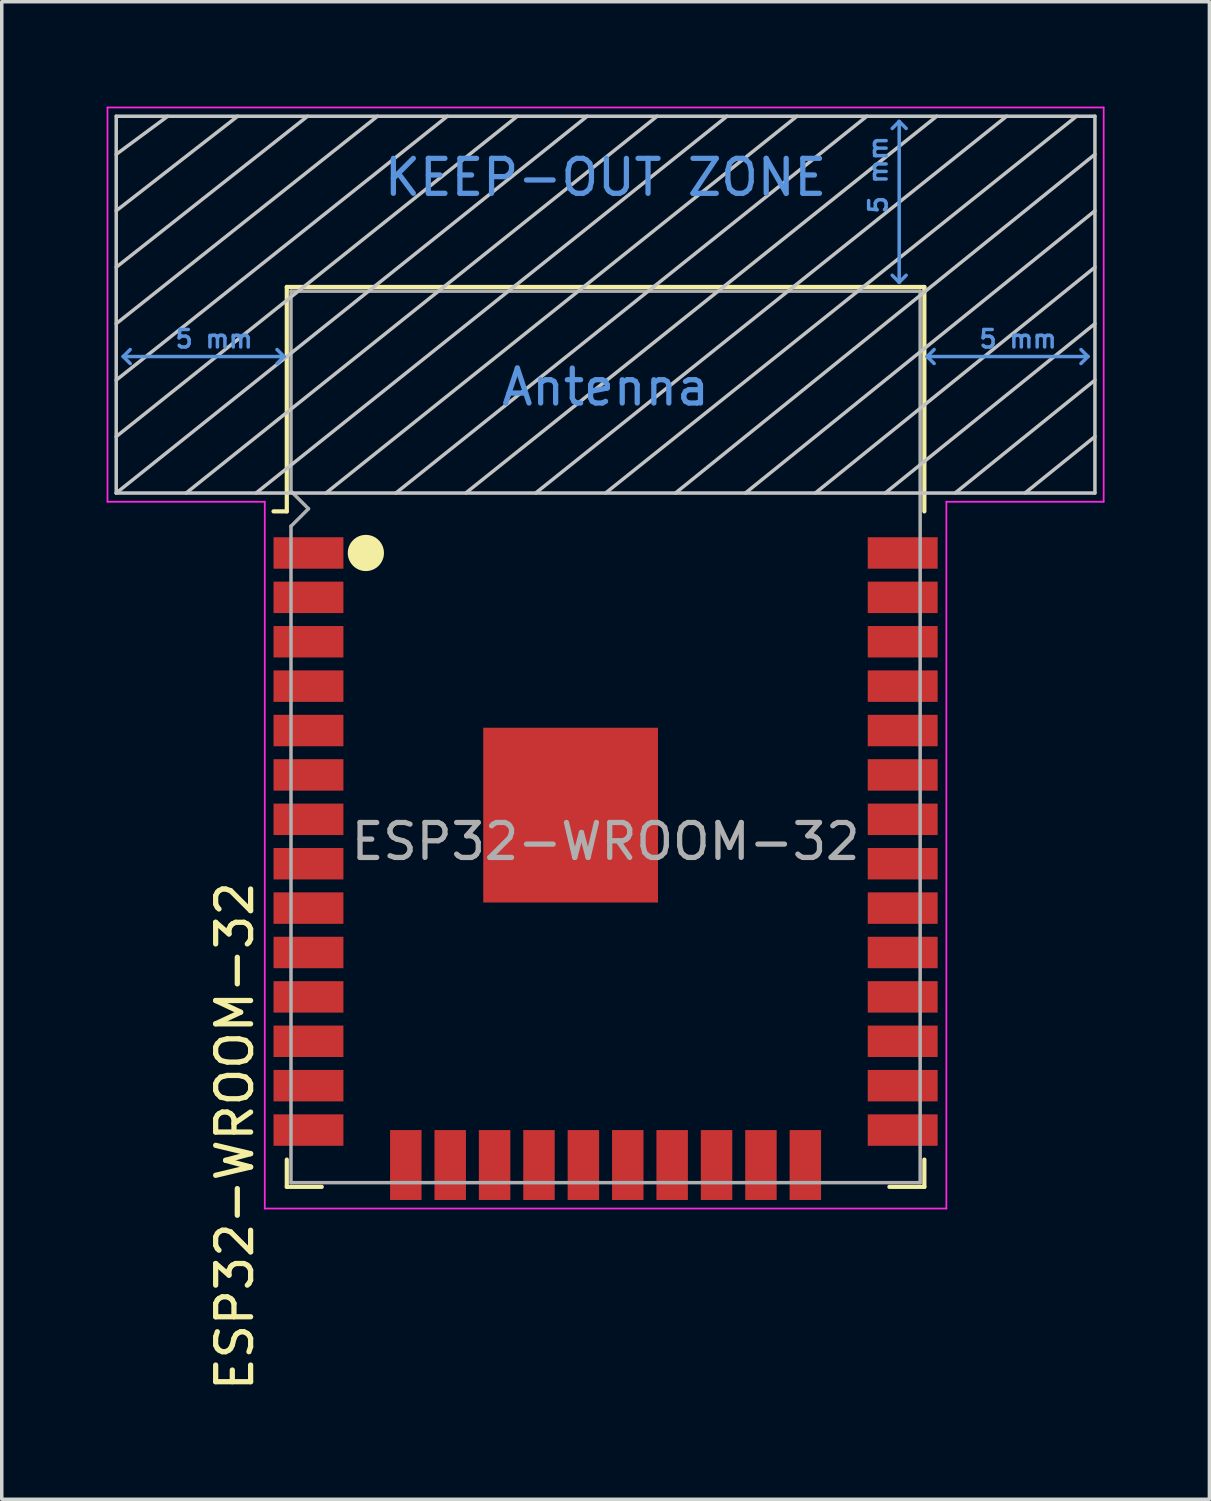
<source format=kicad_pcb>
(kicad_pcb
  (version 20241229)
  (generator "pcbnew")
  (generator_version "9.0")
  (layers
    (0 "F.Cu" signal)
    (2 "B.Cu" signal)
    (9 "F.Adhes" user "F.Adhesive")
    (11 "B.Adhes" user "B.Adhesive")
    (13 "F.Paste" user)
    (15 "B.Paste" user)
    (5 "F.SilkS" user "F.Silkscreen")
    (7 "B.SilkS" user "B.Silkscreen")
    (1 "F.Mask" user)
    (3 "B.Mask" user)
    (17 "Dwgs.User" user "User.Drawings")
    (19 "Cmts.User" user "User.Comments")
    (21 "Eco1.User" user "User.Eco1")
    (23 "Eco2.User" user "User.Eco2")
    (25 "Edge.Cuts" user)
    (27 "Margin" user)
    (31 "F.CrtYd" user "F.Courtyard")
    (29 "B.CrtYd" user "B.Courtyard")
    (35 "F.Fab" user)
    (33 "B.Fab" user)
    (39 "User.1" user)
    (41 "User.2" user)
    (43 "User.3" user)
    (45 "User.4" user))
  (footprint "ESP32-WROOM-32"
    (layer "F.Cu")
    (at 14.275 21.025)
    (property "Reference" "ESP32-WROOM-32" (at -10.61 8.43 90) (layer "F.SilkS") (effects (font (size 1 1) (thickness 0.15))))
    (attr smd)
    (fp_line (start -9.12 -15.865) (end -9.12 -9.445) (stroke (width 0.12) (type solid)) (layer "F.SilkS"))
    (fp_line (start -9.12 -15.865) (end 9.12 -15.865) (stroke (width 0.12) (type solid)) (layer "F.SilkS"))
    (fp_line (start -9.12 -9.445) (end -9.5 -9.445) (stroke (width 0.12) (type solid)) (layer "F.SilkS"))
    (fp_line (start -9.12 9.1) (end -9.12 9.88) (stroke (width 0.12) (type solid)) (layer "F.SilkS"))
    (fp_line (start -9.12 9.88) (end -8.12 9.88) (stroke (width 0.12) (type solid)) (layer "F.SilkS"))
    (fp_line (start 9.12 -15.865) (end 9.12 -9.445) (stroke (width 0.12) (type solid)) (layer "F.SilkS"))
    (fp_line (start 9.12 9.1) (end 9.12 9.88) (stroke (width 0.12) (type solid)) (layer "F.SilkS"))
    (fp_line (start 9.12 9.88) (end 8.12 9.88) (stroke (width 0.12) (type solid)) (layer "F.SilkS"))
    (fp_circle (center -6.858 -8.255) (end -6.4 -8.255) (stroke (width 0.12) (type solid)) (fill yes) (layer "F.SilkS"))
    (fp_line (start -14 -9.97) (end -14 -20.75) (stroke (width 0.1) (type solid)) (layer "Dwgs.User"))
    (fp_line (start -12.525 -20.75) (end -14 -19.66) (stroke (width 0.1) (type solid)) (layer "Dwgs.User"))
    (fp_line (start -10.525 -20.75) (end -14 -18.045) (stroke (width 0.1) (type solid)) (layer "Dwgs.User"))
    (fp_line (start -8.525 -20.75) (end -14 -16.43) (stroke (width 0.1) (type solid)) (layer "Dwgs.User"))
    (fp_line (start -8 -9.97) (end 5.475 -20.75) (stroke (width 0.1) (type solid)) (layer "Dwgs.User"))
    (fp_line (start -6.525 -20.75) (end -14 -14.815) (stroke (width 0.1) (type solid)) (layer "Dwgs.User"))
    (fp_line (start -4.525 -20.75) (end -14 -13.2) (stroke (width 0.1) (type solid)) (layer "Dwgs.User"))
    (fp_line (start -2.525 -20.75) (end -14 -11.585) (stroke (width 0.1) (type solid)) (layer "Dwgs.User"))
    (fp_line (start -0.525 -20.75) (end -14 -9.97) (stroke (width 0.1) (type solid)) (layer "Dwgs.User"))
    (fp_line (start 1.475 -20.75) (end -12 -9.97) (stroke (width 0.1) (type solid)) (layer "Dwgs.User"))
    (fp_line (start 3.475 -20.75) (end -10 -9.97) (stroke (width 0.1) (type solid)) (layer "Dwgs.User"))
    (fp_line (start 7.475 -20.75) (end -6 -9.97) (stroke (width 0.1) (type solid)) (layer "Dwgs.User"))
    (fp_line (start 9.475 -20.75) (end -4 -9.97) (stroke (width 0.1) (type solid)) (layer "Dwgs.User"))
    (fp_line (start 11.475 -20.75) (end -2 -9.97) (stroke (width 0.1) (type solid)) (layer "Dwgs.User"))
    (fp_line (start 13.475 -20.75) (end 0 -9.97) (stroke (width 0.1) (type solid)) (layer "Dwgs.User"))
    (fp_line (start 14 -20.75) (end -14 -20.75) (stroke (width 0.1) (type solid)) (layer "Dwgs.User"))
    (fp_line (start 14 -19.66) (end 2 -9.97) (stroke (width 0.1) (type solid)) (layer "Dwgs.User"))
    (fp_line (start 14 -18.045) (end 4 -9.97) (stroke (width 0.1) (type solid)) (layer "Dwgs.User"))
    (fp_line (start 14 -16.43) (end 6 -9.97) (stroke (width 0.1) (type solid)) (layer "Dwgs.User"))
    (fp_line (start 14 -14.815) (end 8 -9.97) (stroke (width 0.1) (type solid)) (layer "Dwgs.User"))
    (fp_line (start 14 -13.2) (end 10 -9.97) (stroke (width 0.1) (type solid)) (layer "Dwgs.User"))
    (fp_line (start 14 -11.585) (end 12 -9.97) (stroke (width 0.1) (type solid)) (layer "Dwgs.User"))
    (fp_line (start 14 -9.97) (end -14 -9.97) (stroke (width 0.1) (type solid)) (layer "Dwgs.User"))
    (fp_line (start 14 -9.97) (end 14 -20.75) (stroke (width 0.1) (type solid)) (layer "Dwgs.User"))
    (fp_line (start -13.8 -13.875) (end -13.6 -14.075) (stroke (width 0.1) (type solid)) (layer "Cmts.User"))
    (fp_line (start -13.8 -13.875) (end -13.6 -13.675) (stroke (width 0.1) (type solid)) (layer "Cmts.User"))
    (fp_line (start -13.8 -13.875) (end -9.2 -13.875) (stroke (width 0.1) (type solid)) (layer "Cmts.User"))
    (fp_line (start -9.2 -13.875) (end -9.4 -14.075) (stroke (width 0.1) (type solid)) (layer "Cmts.User"))
    (fp_line (start -9.2 -13.875) (end -9.4 -13.675) (stroke (width 0.1) (type solid)) (layer "Cmts.User"))
    (fp_line (start 8.4 -20.6) (end 8.2 -20.4) (stroke (width 0.1) (type solid)) (layer "Cmts.User"))
    (fp_line (start 8.4 -20.6) (end 8.6 -20.4) (stroke (width 0.1) (type solid)) (layer "Cmts.User"))
    (fp_line (start 8.4 -16) (end 8.2 -16.2) (stroke (width 0.1) (type solid)) (layer "Cmts.User"))
    (fp_line (start 8.4 -16) (end 8.4 -20.6) (stroke (width 0.1) (type solid)) (layer "Cmts.User"))
    (fp_line (start 8.4 -16) (end 8.6 -16.2) (stroke (width 0.1) (type solid)) (layer "Cmts.User"))
    (fp_line (start 9.2 -13.875) (end 9.4 -14.075) (stroke (width 0.1) (type solid)) (layer "Cmts.User"))
    (fp_line (start 9.2 -13.875) (end 9.4 -13.675) (stroke (width 0.1) (type solid)) (layer "Cmts.User"))
    (fp_line (start 9.2 -13.875) (end 13.8 -13.875) (stroke (width 0.1) (type solid)) (layer "Cmts.User"))
    (fp_line (start 13.8 -13.875) (end 13.6 -14.075) (stroke (width 0.1) (type solid)) (layer "Cmts.User"))
    (fp_line (start 13.8 -13.875) (end 13.6 -13.675) (stroke (width 0.1) (type solid)) (layer "Cmts.User"))
    (fp_line (start -14.25 -21) (end -14.25 -9.72) (stroke (width 0.05) (type solid)) (layer "F.CrtYd"))
    (fp_line (start -14.25 -21) (end 14.25 -21) (stroke (width 0.05) (type solid)) (layer "F.CrtYd"))
    (fp_line (start -14.25 -9.72) (end -9.75 -9.72) (stroke (width 0.05) (type solid)) (layer "F.CrtYd"))
    (fp_line (start -9.75 10.5) (end -9.75 -9.72) (stroke (width 0.05) (type solid)) (layer "F.CrtYd"))
    (fp_line (start -9.75 10.5) (end 9.75 10.5) (stroke (width 0.05) (type solid)) (layer "F.CrtYd"))
    (fp_line (start 9.75 -9.72) (end 9.75 10.5) (stroke (width 0.05) (type solid)) (layer "F.CrtYd"))
    (fp_line (start 9.75 -9.72) (end 14.25 -9.72) (stroke (width 0.05) (type solid)) (layer "F.CrtYd"))
    (fp_line (start 14.25 -21) (end 14.25 -9.72) (stroke (width 0.05) (type solid)) (layer "F.CrtYd"))
    (fp_line (start -9 -15.745) (end -9 -10.02) (stroke (width 0.1) (type solid)) (layer "F.Fab"))
    (fp_line (start -9 -15.745) (end 9 -15.745) (stroke (width 0.1) (type solid)) (layer "F.Fab"))
    (fp_line (start -9 -9.02) (end -9 9.76) (stroke (width 0.1) (type solid)) (layer "F.Fab"))
    (fp_line (start -9 -9.02) (end -8.5 -9.52) (stroke (width 0.1) (type solid)) (layer "F.Fab"))
    (fp_line (start -9 9.76) (end 9 9.76) (stroke (width 0.1) (type solid)) (layer "F.Fab"))
    (fp_line (start -8.5 -9.52) (end -9 -10.02) (stroke (width 0.1) (type solid)) (layer "F.Fab"))
    (fp_line (start 9 9.76) (end 9 -15.745) (stroke (width 0.1) (type solid)) (layer "F.Fab"))
    (fp_text user "Antenna" (at 0 -13 180) (layer "Cmts.User") (effects (font (size 1 1) (thickness 0.15))))
    (fp_text user "5 mm" (at 7.8 -19.075 90) (layer "Cmts.User") (effects (font (size 0.5 0.5) (thickness 0.1))))
    (fp_text user "5 mm" (at -11.2 -14.375 180) (layer "Cmts.User") (effects (font (size 0.5 0.5) (thickness 0.1))))
    (fp_text user "5 mm" (at 11.8 -14.375 180) (layer "Cmts.User") (effects (font (size 0.5 0.5) (thickness 0.1))))
    (fp_text user "KEEP-OUT ZONE" (at 0 -19 180) (layer "Cmts.User") (effects (font (size 1 1) (thickness 0.15))))
    (fp_text user "${REFERENCE}" (at 0 0 180) (layer "F.Fab") (effects (font (size 1 1) (thickness 0.15))))
    (pad "1" smd rect (at -8.5 -8.255) (size 2 0.9) (layers "F.Cu" "F.Mask" "F.Paste"))
    (pad "2" smd rect (at -8.5 -6.985) (size 2 0.9) (layers "F.Cu" "F.Mask" "F.Paste"))
    (pad "3" smd rect (at -8.5 -5.715) (size 2 0.9) (layers "F.Cu" "F.Mask" "F.Paste"))
    (pad "4" smd rect (at -8.5 -4.445) (size 2 0.9) (layers "F.Cu" "F.Mask" "F.Paste"))
    (pad "5" smd rect (at -8.5 -3.175) (size 2 0.9) (layers "F.Cu" "F.Mask" "F.Paste"))
    (pad "6" smd rect (at -8.5 -1.905) (size 2 0.9) (layers "F.Cu" "F.Mask" "F.Paste"))
    (pad "7" smd rect (at -8.5 -0.635) (size 2 0.9) (layers "F.Cu" "F.Mask" "F.Paste"))
    (pad "8" smd rect (at -8.5 0.635) (size 2 0.9) (layers "F.Cu" "F.Mask" "F.Paste"))
    (pad "9" smd rect (at -8.5 1.905) (size 2 0.9) (layers "F.Cu" "F.Mask" "F.Paste"))
    (pad "10" smd rect (at -8.5 3.175) (size 2 0.9) (layers "F.Cu" "F.Mask" "F.Paste"))
    (pad "11" smd rect (at -8.5 4.445) (size 2 0.9) (layers "F.Cu" "F.Mask" "F.Paste"))
    (pad "12" smd rect (at -8.5 5.715) (size 2 0.9) (layers "F.Cu" "F.Mask" "F.Paste"))
    (pad "13" smd rect (at -8.5 6.985) (size 2 0.9) (layers "F.Cu" "F.Mask" "F.Paste"))
    (pad "14" smd rect (at -8.5 8.255) (size 2 0.9) (layers "F.Cu" "F.Mask" "F.Paste"))
    (pad "15" smd rect (at -5.715 9.255 90) (size 2 0.9) (layers "F.Cu" "F.Mask" "F.Paste"))
    (pad "16" smd rect (at -4.445 9.255 90) (size 2 0.9) (layers "F.Cu" "F.Mask" "F.Paste"))
    (pad "17" smd rect (at -3.175 9.255 90) (size 2 0.9) (layers "F.Cu" "F.Mask" "F.Paste"))
    (pad "18" smd rect (at -1.905 9.255 90) (size 2 0.9) (layers "F.Cu" "F.Mask" "F.Paste"))
    (pad "19" smd rect (at -0.635 9.255 90) (size 2 0.9) (layers "F.Cu" "F.Mask" "F.Paste"))
    (pad "20" smd rect (at 0.635 9.255 90) (size 2 0.9) (layers "F.Cu" "F.Mask" "F.Paste"))
    (pad "21" smd rect (at 1.905 9.255 90) (size 2 0.9) (layers "F.Cu" "F.Mask" "F.Paste"))
    (pad "22" smd rect (at 3.175 9.255 90) (size 2 0.9) (layers "F.Cu" "F.Mask" "F.Paste"))
    (pad "23" smd rect (at 4.445 9.255 90) (size 2 0.9) (layers "F.Cu" "F.Mask" "F.Paste"))
    (pad "24" smd rect (at 5.715 9.255 90) (size 2 0.9) (layers "F.Cu" "F.Mask" "F.Paste"))
    (pad "25" smd rect (at 8.5 8.255) (size 2 0.9) (layers "F.Cu" "F.Mask" "F.Paste"))
    (pad "26" smd rect (at 8.5 6.985) (size 2 0.9) (layers "F.Cu" "F.Mask" "F.Paste"))
    (pad "27" smd rect (at 8.5 5.715) (size 2 0.9) (layers "F.Cu" "F.Mask" "F.Paste"))
    (pad "28" smd rect (at 8.5 4.445) (size 2 0.9) (layers "F.Cu" "F.Mask" "F.Paste"))
    (pad "29" smd rect (at 8.5 3.175) (size 2 0.9) (layers "F.Cu" "F.Mask" "F.Paste"))
    (pad "30" smd rect (at 8.5 1.905) (size 2 0.9) (layers "F.Cu" "F.Mask" "F.Paste"))
    (pad "31" smd rect (at 8.5 0.635) (size 2 0.9) (layers "F.Cu" "F.Mask" "F.Paste"))
    (pad "32" smd rect (at 8.5 -0.635) (size 2 0.9) (layers "F.Cu" "F.Mask" "F.Paste"))
    (pad "33" smd rect (at 8.5 -1.905) (size 2 0.9) (layers "F.Cu" "F.Mask" "F.Paste"))
    (pad "34" smd rect (at 8.5 -3.175) (size 2 0.9) (layers "F.Cu" "F.Mask" "F.Paste"))
    (pad "35" smd rect (at 8.5 -4.445) (size 2 0.9) (layers "F.Cu" "F.Mask" "F.Paste"))
    (pad "36" smd rect (at 8.5 -5.715) (size 2 0.9) (layers "F.Cu" "F.Mask" "F.Paste"))
    (pad "37" smd rect (at 8.5 -6.985) (size 2 0.9) (layers "F.Cu" "F.Mask" "F.Paste"))
    (pad "38" smd rect (at 8.5 -8.255) (size 2 0.9) (layers "F.Cu" "F.Mask" "F.Paste"))
    (pad "39" smd rect (at -1 -0.755) (size 5 5) (layers "F.Cu" "F.Mask" "F.Paste")))
  (gr_rect
    (start -3 -3)
    (end 31.55 39.842)
    (stroke (width 0.1) (type default))
    (fill no)
    (layer "Edge.Cuts")))
</source>
